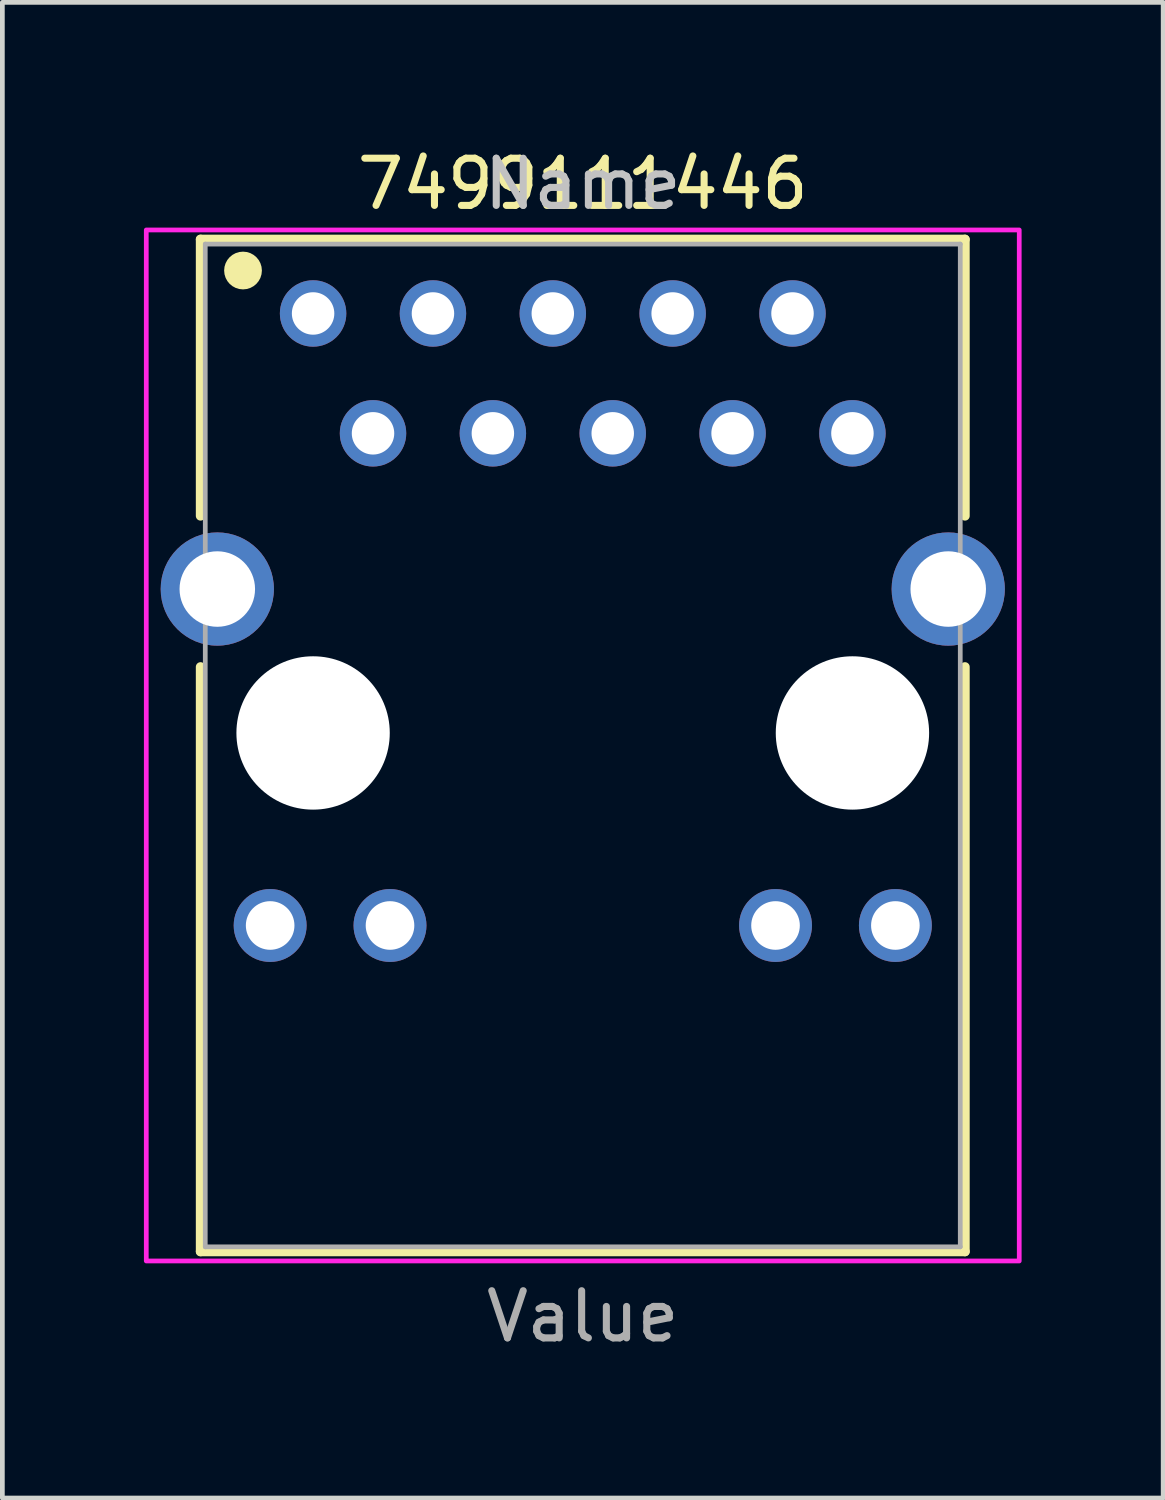
<source format=kicad_pcb>
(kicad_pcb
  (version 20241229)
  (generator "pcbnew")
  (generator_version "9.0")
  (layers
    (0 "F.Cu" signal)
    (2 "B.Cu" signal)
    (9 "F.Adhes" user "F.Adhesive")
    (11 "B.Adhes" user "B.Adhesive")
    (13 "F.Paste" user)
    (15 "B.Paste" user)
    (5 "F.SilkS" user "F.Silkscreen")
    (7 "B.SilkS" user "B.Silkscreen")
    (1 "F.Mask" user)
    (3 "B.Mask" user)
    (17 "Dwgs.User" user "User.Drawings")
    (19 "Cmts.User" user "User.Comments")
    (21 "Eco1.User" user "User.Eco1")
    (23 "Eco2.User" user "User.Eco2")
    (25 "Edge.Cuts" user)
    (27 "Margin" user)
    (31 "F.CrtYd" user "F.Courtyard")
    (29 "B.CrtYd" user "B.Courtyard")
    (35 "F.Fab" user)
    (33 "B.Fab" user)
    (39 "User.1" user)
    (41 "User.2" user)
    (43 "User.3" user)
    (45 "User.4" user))
  (footprint "7499111446"
    (layer "F.Cu")
    (at 9.3 12.483)
    (property "Reference" "7499111446" (at 0 -11.635 0) (layer "F.SilkS") (effects (font (size 1 1) (thickness 0.15))))
    (attr through_hole)
    (fp_line (start -8.1 -4.6) (end -8.1 -10.46) (stroke (width 0.2) (type solid)) (layer "F.SilkS"))
    (fp_line (start -8.1 -1.4) (end -8.1 10.99) (stroke (width 0.2) (type solid)) (layer "F.SilkS"))
    (fp_line (start -8.1 10.99) (end 8.1 10.99) (stroke (width 0.2) (type solid)) (layer "F.SilkS"))
    (fp_line (start 8.1 -10.46) (end -8.1 -10.46) (stroke (width 0.2) (type solid)) (layer "F.SilkS"))
    (fp_line (start 8.1 -4.6) (end 8.1 -10.46) (stroke (width 0.2) (type solid)) (layer "F.SilkS"))
    (fp_line (start 8.1 -1.4) (end 8.1 10.99) (stroke (width 0.2) (type solid)) (layer "F.SilkS"))
    (fp_circle (center -7.2 -9.8) (end -7 -9.8) (stroke (width 0.4) (type solid)) (fill no) (layer "F.SilkS"))
    (fp_poly (pts (xy -9.25 -10.66) (xy 9.25 -10.66) (xy 9.25 11.19) (xy -9.25 11.19)) (stroke (width 0.1) (type solid)) (fill no) (layer "F.CrtYd"))
    (fp_line (start -8 -10.36) (end -8 10.89) (stroke (width 0.1) (type solid)) (layer "F.Fab"))
    (fp_line (start -8 -10.36) (end 8 -10.36) (stroke (width 0.1) (type solid)) (layer "F.Fab"))
    (fp_line (start -8 10.89) (end 8 10.89) (stroke (width 0.1) (type solid)) (layer "F.Fab"))
    (fp_line (start 8 10.89) (end 8 -10.36) (stroke (width 0.1) (type solid)) (layer "F.Fab"))
    (fp_text user "Name" (at 0 -11.635 0) (layer "Dwgs.User") (effects (font (size 1 1) (thickness 0.15))))
    (fp_text user "Value" (at 0 12.365 0) (layer "F.Fab") (effects (font (size 1 1) (thickness 0.15))))
    (pad "" np_thru_hole circle (at -5.715 0) (size 3.25 3.25) (drill 3.25) (layers "*.Cu" "*.Mask"))
    (pad "" np_thru_hole circle (at 5.715 0) (size 3.25 3.25) (drill 3.25) (layers "*.Cu" "*.Mask"))
    (pad "1" thru_hole circle (at -5.715 -8.89) (size 1.408 1.408) (drill 0.9) (layers "*.Cu" "*.Mask"))
    (pad "2" thru_hole circle (at -4.445 -6.35) (size 1.408 1.408) (drill 0.9) (layers "*.Cu" "*.Mask"))
    (pad "3" thru_hole circle (at -3.175 -8.89) (size 1.408 1.408) (drill 0.9) (layers "*.Cu" "*.Mask"))
    (pad "4" thru_hole circle (at -1.905 -6.35) (size 1.408 1.408) (drill 0.9) (layers "*.Cu" "*.Mask"))
    (pad "5" thru_hole circle (at -0.635 -8.89) (size 1.408 1.408) (drill 0.9) (layers "*.Cu" "*.Mask"))
    (pad "6" thru_hole circle (at 0.635 -6.35) (size 1.408 1.408) (drill 0.9) (layers "*.Cu" "*.Mask"))
    (pad "7" thru_hole circle (at 1.905 -8.89) (size 1.408 1.408) (drill 0.9) (layers "*.Cu" "*.Mask"))
    (pad "8" thru_hole circle (at 3.175 -6.35) (size 1.408 1.408) (drill 0.9) (layers "*.Cu" "*.Mask"))
    (pad "9" thru_hole circle (at 4.445 -8.89) (size 1.408 1.408) (drill 0.9) (layers "*.Cu" "*.Mask"))
    (pad "10" thru_hole circle (at 5.715 -6.35) (size 1.408 1.408) (drill 0.9) (layers "*.Cu" "*.Mask"))
    (pad "11" thru_hole circle (at -6.625 4.08) (size 1.545 1.545) (drill 1.03) (layers "*.Cu" "*.Mask"))
    (pad "12" thru_hole circle (at -4.085 4.08) (size 1.545 1.545) (drill 1.03) (layers "*.Cu" "*.Mask"))
    (pad "13" thru_hole circle (at 4.085 4.08) (size 1.545 1.545) (drill 1.03) (layers "*.Cu" "*.Mask"))
    (pad "14" thru_hole circle (at 6.625 4.08) (size 1.545 1.545) (drill 1.03) (layers "*.Cu" "*.Mask"))
    (pad "S1" thru_hole circle (at -7.745 -3.05) (size 2.4 2.4) (drill 1.6) (layers "*.Cu" "*.Mask"))
    (pad "S2" thru_hole circle (at 7.745 -3.05) (size 2.4 2.4) (drill 1.6) (layers "*.Cu" "*.Mask")))
  (gr_rect
    (start -3 -3)
    (end 21.6 28.697)
    (stroke (width 0.1) (type default))
    (fill no)
    (layer "Edge.Cuts")))
</source>
